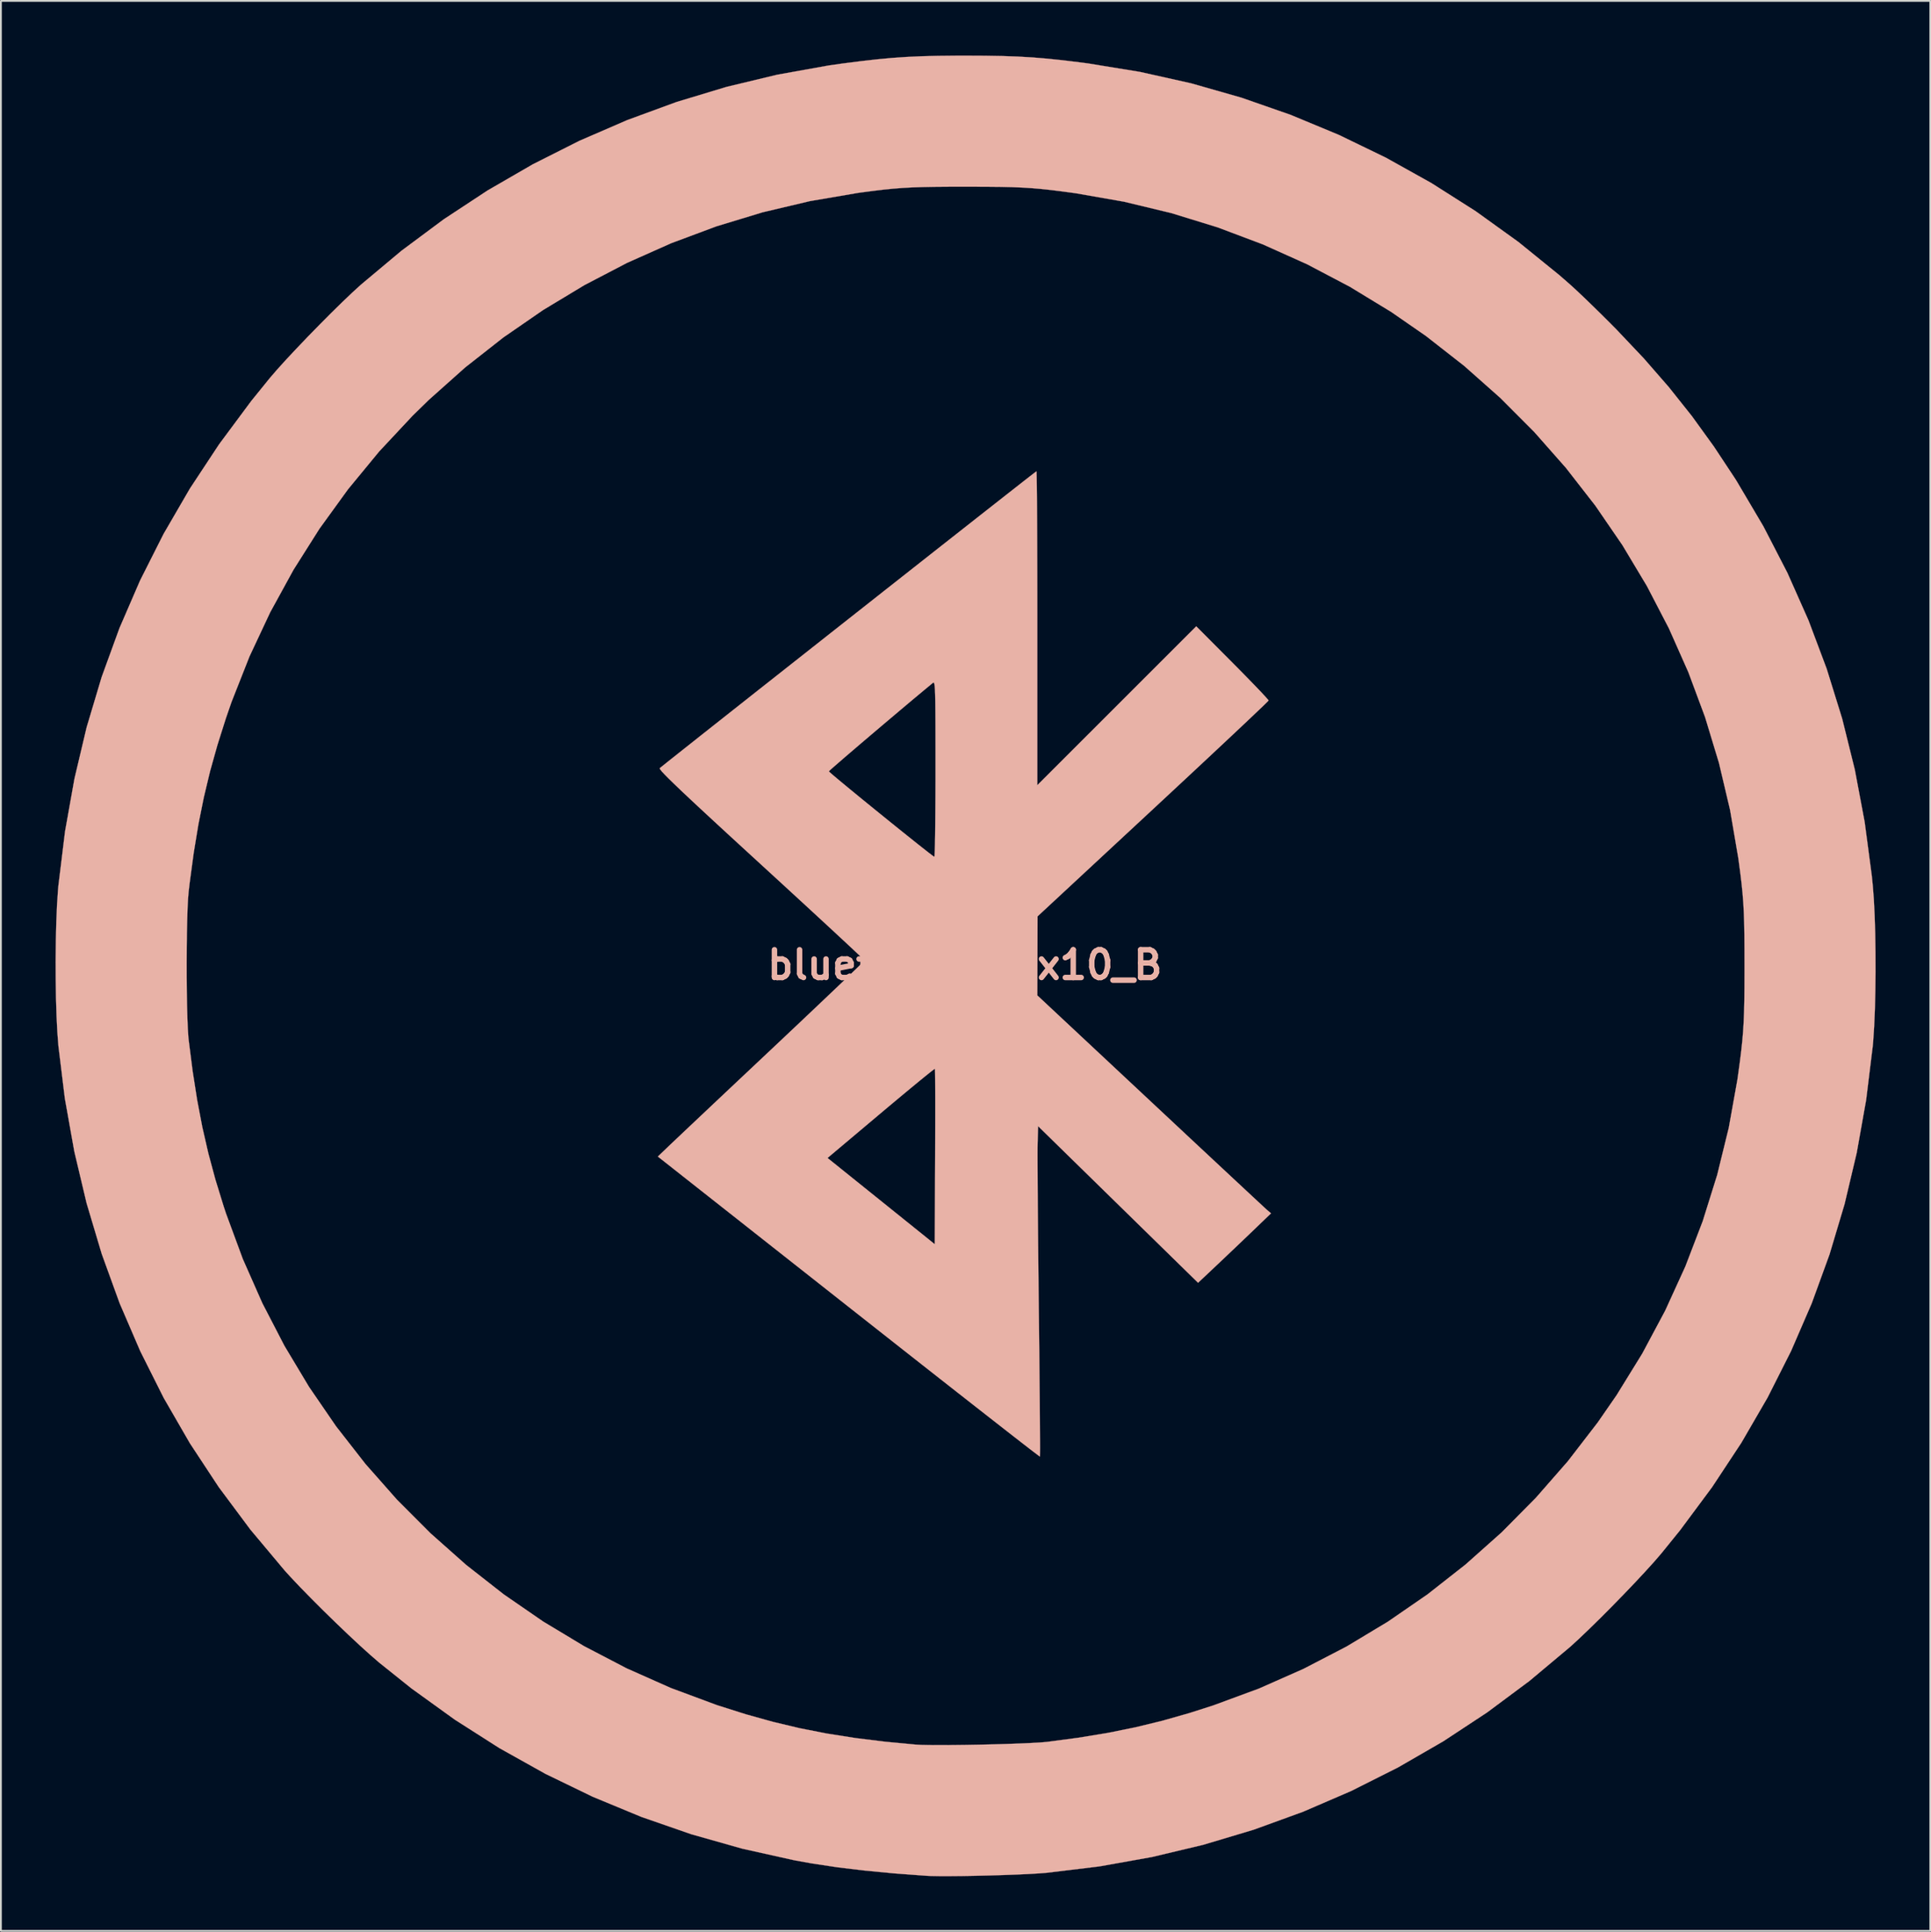
<source format=kicad_pcb>
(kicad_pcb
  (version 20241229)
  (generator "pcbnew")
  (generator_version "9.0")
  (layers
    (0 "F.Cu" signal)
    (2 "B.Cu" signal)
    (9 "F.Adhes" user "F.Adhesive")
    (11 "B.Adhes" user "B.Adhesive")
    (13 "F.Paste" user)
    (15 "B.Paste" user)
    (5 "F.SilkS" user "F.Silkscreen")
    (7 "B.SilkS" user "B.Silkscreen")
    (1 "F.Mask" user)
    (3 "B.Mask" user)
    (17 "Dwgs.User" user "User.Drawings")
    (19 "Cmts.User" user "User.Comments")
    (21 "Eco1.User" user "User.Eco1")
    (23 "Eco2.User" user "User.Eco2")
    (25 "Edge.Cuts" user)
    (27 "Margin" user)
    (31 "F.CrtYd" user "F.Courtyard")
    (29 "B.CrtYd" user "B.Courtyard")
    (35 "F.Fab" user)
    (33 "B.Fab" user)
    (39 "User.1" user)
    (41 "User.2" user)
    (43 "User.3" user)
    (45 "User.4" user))
  (footprint "bluetooth_10x10_B"
    (layer "F.Cu")
    (at 49.91 49.91)
    (property "Reference" "bluetooth_10x10_B" (at 0 0 0) (layer "B.SilkS") (effects (font (size 1.524 1.524) (thickness 0.3))))
    (attr through_hole)
    (fp_poly (pts (xy 3.938 -27.011) (xy 3.944 -26.77) (xy 3.95 -26.382) (xy 3.956 -25.859) (xy 3.961 -25.211) (xy 3.966 -24.45) (xy 3.97 -23.587) (xy 3.973 -22.634) (xy 3.976 -21.601) (xy 3.978 -20.5) (xy 3.979 -19.342) (xy 3.979 -18.479) (xy 3.979 -9.864) (xy 12.703 -18.584) (xy 14.691 -16.588) (xy 15.166 -16.109) (xy 15.599 -15.666) (xy 15.978 -15.275) (xy 16.288 -14.95) (xy 16.515 -14.704) (xy 16.646 -14.554) (xy 16.672 -14.513) (xy 16.61 -14.446) (xy 16.433 -14.272) (xy 16.147 -13.998) (xy 15.762 -13.632) (xy 15.286 -13.182) (xy 14.727 -12.656) (xy 14.093 -12.061) (xy 13.392 -11.405) (xy 12.634 -10.697) (xy 11.825 -9.943) (xy 10.974 -9.151) (xy 10.329 -8.551) (xy 3.992 -2.667) (xy 3.986 -0.498) (xy 3.979 1.671) (xy 10.171 7.46) (xy 11.04 8.273) (xy 11.877 9.055) (xy 12.673 9.8) (xy 13.421 10.498) (xy 14.11 11.141) (xy 14.733 11.722) (xy 15.281 12.232) (xy 15.744 12.664) (xy 16.115 13.009) (xy 16.385 13.26) (xy 16.545 13.407) (xy 16.584 13.442) (xy 16.806 13.634) (xy 15.79 14.61) (xy 15.343 15.038) (xy 14.836 15.522) (xy 14.326 16.006) (xy 13.87 16.438) (xy 13.789 16.515) (xy 12.803 17.443) (xy 4.022 8.848) (xy 3.995 9.821) (xy 3.992 10.047) (xy 3.991 10.429) (xy 3.992 10.953) (xy 3.995 11.605) (xy 3.999 12.373) (xy 4.005 13.243) (xy 4.013 14.2) (xy 4.022 15.232) (xy 4.033 16.325) (xy 4.045 17.465) (xy 4.058 18.639) (xy 4.06 18.871) (xy 4.073 20.026) (xy 4.085 21.132) (xy 4.095 22.177) (xy 4.104 23.15) (xy 4.112 24.04) (xy 4.118 24.835) (xy 4.122 25.522) (xy 4.125 26.091) (xy 4.126 26.53) (xy 4.124 26.826) (xy 4.121 26.969) (xy 4.12 26.981) (xy 4.051 26.933) (xy 3.856 26.786) (xy 3.543 26.546) (xy 3.118 26.217) (xy 2.589 25.806) (xy 1.964 25.318) (xy 1.249 24.759) (xy 0.451 24.135) (xy -0.423 23.45) (xy -1.364 22.712) (xy -2.366 21.925) (xy -3.422 21.095) (xy -4.524 20.227) (xy -5.666 19.328) (xy -6.15 18.947) (xy -7.31 18.033) (xy -8.436 17.145) (xy -9.521 16.291) (xy -10.556 15.475) (xy -11.536 14.703) (xy -12.451 13.981) (xy -13.296 13.316) (xy -14.062 12.712) (xy -14.743 12.176) (xy -15.33 11.713) (xy -15.816 11.33) (xy -16.195 11.031) (xy -16.458 10.824) (xy -16.598 10.713) (xy -16.618 10.698) (xy -16.751 10.594) (xy -7.537 10.594) (xy -4.594 12.96) (xy -1.651 15.327) (xy -1.629 10.529) (xy -1.626 9.644) (xy -1.624 8.81) (xy -1.623 8.044) (xy -1.623 7.359) (xy -1.625 6.772) (xy -1.628 6.297) (xy -1.632 5.95) (xy -1.637 5.746) (xy -1.642 5.696) (xy -1.711 5.742) (xy -1.897 5.886) (xy -2.186 6.118) (xy -2.566 6.428) (xy -3.022 6.804) (xy -3.542 7.236) (xy -4.113 7.713) (xy -4.607 8.128) (xy -7.537 10.594) (xy -16.751 10.594) (xy -16.849 10.516) (xy -16.235 9.928) (xy -16.077 9.778) (xy -15.807 9.522) (xy -15.435 9.17) (xy -14.971 8.732) (xy -14.427 8.219) (xy -13.813 7.639) (xy -13.139 7.004) (xy -12.416 6.323) (xy -11.655 5.607) (xy -10.867 4.865) (xy -10.562 4.578) (xy -9.784 3.844) (xy -9.042 3.144) (xy -8.346 2.485) (xy -7.705 1.877) (xy -7.127 1.328) (xy -6.623 0.847) (xy -6.201 0.442) (xy -5.87 0.123) (xy -5.64 -0.103) (xy -5.52 -0.225) (xy -5.503 -0.246) (xy -5.564 -0.311) (xy -5.742 -0.482) (xy -6.026 -0.751) (xy -6.41 -1.11) (xy -6.883 -1.55) (xy -7.437 -2.064) (xy -8.064 -2.643) (xy -8.754 -3.28) (xy -9.499 -3.965) (xy -10.29 -4.692) (xy -11.118 -5.451) (xy -11.177 -5.505) (xy -12.19 -6.434) (xy -13.083 -7.254) (xy -13.862 -7.973) (xy -14.534 -8.596) (xy -15.104 -9.128) (xy -15.578 -9.574) (xy -15.962 -9.942) (xy -16.263 -10.236) (xy -16.486 -10.462) (xy -16.637 -10.626) (xy -16.637 -10.626) (xy -7.465 -10.626) (xy -7.402 -10.563) (xy -7.222 -10.407) (xy -6.943 -10.172) (xy -6.58 -9.871) (xy -6.15 -9.517) (xy -5.67 -9.123) (xy -5.155 -8.704) (xy -4.623 -8.272) (xy -4.088 -7.839) (xy -3.569 -7.421) (xy -3.08 -7.029) (xy -2.639 -6.677) (xy -2.261 -6.378) (xy -1.964 -6.145) (xy -1.762 -5.993) (xy -1.674 -5.933) (xy -1.672 -5.932) (xy -1.661 -6.013) (xy -1.65 -6.249) (xy -1.639 -6.624) (xy -1.63 -7.123) (xy -1.623 -7.732) (xy -1.617 -8.435) (xy -1.612 -9.217) (xy -1.609 -10.065) (xy -1.609 -10.763) (xy -1.609 -11.791) (xy -1.61 -12.661) (xy -1.612 -13.388) (xy -1.616 -13.982) (xy -1.621 -14.457) (xy -1.629 -14.825) (xy -1.639 -15.099) (xy -1.653 -15.291) (xy -1.67 -15.413) (xy -1.69 -15.479) (xy -1.715 -15.499) (xy -1.744 -15.488) (xy -1.751 -15.483) (xy -2.098 -15.197) (xy -2.516 -14.849) (xy -2.99 -14.453) (xy -3.503 -14.021) (xy -4.041 -13.567) (xy -4.589 -13.104) (xy -5.13 -12.645) (xy -5.651 -12.202) (xy -6.134 -11.789) (xy -6.566 -11.419) (xy -6.93 -11.104) (xy -7.211 -10.859) (xy -7.395 -10.696) (xy -7.465 -10.627) (xy -7.465 -10.626) (xy -16.637 -10.626) (xy -16.722 -10.734) (xy -16.748 -10.79) (xy -16.744 -10.799) (xy -16.652 -10.875) (xy -16.438 -11.046) (xy -16.11 -11.308) (xy -15.676 -11.652) (xy -15.146 -12.072) (xy -14.529 -12.561) (xy -13.832 -13.112) (xy -13.065 -13.718) (xy -12.237 -14.372) (xy -11.356 -15.068) (xy -10.43 -15.798) (xy -9.469 -16.556) (xy -8.482 -17.334) (xy -7.477 -18.127) (xy -6.462 -18.927) (xy -5.447 -19.726) (xy -4.441 -20.52) (xy -3.451 -21.299) (xy -2.487 -22.058) (xy -1.558 -22.79) (xy -0.671 -23.487) (xy 0.163 -24.143) (xy 0.937 -24.752) (xy 1.642 -25.305) (xy 2.268 -25.797) (xy 2.808 -26.22) (xy 3.252 -26.568) (xy 3.592 -26.833) (xy 3.82 -27.009) (xy 3.925 -27.089) (xy 3.931 -27.093) (xy 3.938 -27.011)) (stroke (width 0.01) (type solid)) (fill yes) (layer "B.SilkS"))
    (fp_poly (pts (xy 1.11 -49.9) (xy 2.05 -49.884) (xy 2.904 -49.854) (xy 3.714 -49.807) (xy 4.522 -49.741) (xy 5.368 -49.653) (xy 6.295 -49.54) (xy 6.766 -49.478) (xy 9.613 -49.014) (xy 12.419 -48.387) (xy 15.178 -47.6) (xy 17.884 -46.656) (xy 20.53 -45.557) (xy 23.109 -44.308) (xy 25.616 -42.91) (xy 28.044 -41.366) (xy 30.387 -39.68) (xy 32.638 -37.855) (xy 33.232 -37.336) (xy 33.556 -37.04) (xy 33.969 -36.65) (xy 34.441 -36.194) (xy 34.943 -35.702) (xy 35.446 -35.201) (xy 35.773 -34.871) (xy 37.271 -33.288) (xy 38.639 -31.718) (xy 39.91 -30.121) (xy 41.115 -28.455) (xy 42.287 -26.682) (xy 42.363 -26.561) (xy 43.835 -24.07) (xy 45.15 -21.523) (xy 46.307 -18.919) (xy 47.309 -16.252) (xy 48.157 -13.521) (xy 48.851 -10.722) (xy 49.392 -7.851) (xy 49.783 -4.905) (xy 49.838 -4.36) (xy 49.896 -3.604) (xy 49.94 -2.714) (xy 49.971 -1.728) (xy 49.987 -0.682) (xy 49.99 0.389) (xy 49.978 1.448) (xy 49.953 2.46) (xy 49.913 3.388) (xy 49.86 4.195) (xy 49.838 4.445) (xy 49.473 7.415) (xy 48.957 10.31) (xy 48.288 13.132) (xy 47.465 15.884) (xy 46.488 18.568) (xy 45.355 21.185) (xy 44.066 23.739) (xy 42.621 26.23) (xy 41.017 28.661) (xy 39.255 31.033) (xy 38.229 32.3) (xy 37.832 32.76) (xy 37.335 33.308) (xy 36.765 33.919) (xy 36.146 34.566) (xy 35.505 35.223) (xy 34.866 35.864) (xy 34.255 36.463) (xy 33.698 36.994) (xy 33.232 37.421) (xy 30.992 39.297) (xy 28.665 41.028) (xy 26.255 42.614) (xy 23.765 44.051) (xy 21.201 45.339) (xy 18.565 46.476) (xy 15.861 47.459) (xy 13.093 48.288) (xy 10.266 48.961) (xy 7.383 49.476) (xy 4.487 49.827) (xy 4.048 49.861) (xy 3.485 49.893) (xy 2.829 49.923) (xy 2.109 49.949) (xy 1.356 49.972) (xy 0.6 49.99) (xy -0.13 50.003) (xy -0.803 50.009) (xy -1.389 50.009) (xy -1.859 50.001) (xy -2.117 49.989) (xy -3.889 49.858) (xy -5.513 49.702) (xy -7.007 49.522) (xy -8.39 49.313) (xy -9.348 49.141) (xy -12.217 48.502) (xy -15.02 47.708) (xy -17.756 46.758) (xy -20.423 45.654) (xy -23.02 44.396) (xy -25.546 42.984) (xy -27.999 41.419) (xy -30.379 39.703) (xy -32.131 38.302) (xy -32.628 37.873) (xy -33.211 37.346) (xy -33.854 36.746) (xy -34.529 36.1) (xy -35.21 35.435) (xy -35.869 34.776) (xy -36.48 34.152) (xy -37.014 33.587) (xy -37.336 33.232) (xy -39.217 30.987) (xy -40.951 28.659) (xy -42.537 26.25) (xy -43.973 23.763) (xy -45.259 21.2) (xy -46.394 18.564) (xy -47.376 15.857) (xy -48.205 13.081) (xy -48.88 10.239) (xy -49.399 7.333) (xy -49.753 4.445) (xy -49.811 3.688) (xy -49.856 2.799) (xy -49.886 1.813) (xy -49.902 0.766) (xy -49.905 -0.138) (xy -42.714 -0.138) (xy -42.713 0.689) (xy -42.706 1.495) (xy -42.693 2.252) (xy -42.674 2.933) (xy -42.65 3.511) (xy -42.621 3.959) (xy -42.606 4.106) (xy -42.387 5.823) (xy -42.139 7.411) (xy -41.853 8.909) (xy -41.521 10.355) (xy -41.134 11.789) (xy -40.684 13.249) (xy -40.558 13.631) (xy -39.634 16.134) (xy -38.562 18.56) (xy -37.348 20.904) (xy -35.996 23.16) (xy -34.513 25.322) (xy -32.903 27.385) (xy -31.173 29.345) (xy -29.327 31.194) (xy -27.372 32.929) (xy -25.312 34.543) (xy -23.153 36.031) (xy -20.901 37.387) (xy -18.56 38.607) (xy -16.137 39.684) (xy -13.637 40.613) (xy -13.547 40.643) (xy -12.02 41.127) (xy -10.538 41.54) (xy -9.066 41.891) (xy -7.566 42.185) (xy -6.003 42.431) (xy -4.343 42.635) (xy -2.709 42.79) (xy -2.39 42.807) (xy -1.928 42.816) (xy -1.353 42.819) (xy -0.69 42.816) (xy 0.032 42.808) (xy 0.787 42.795) (xy 1.547 42.778) (xy 2.283 42.757) (xy 2.97 42.733) (xy 3.58 42.706) (xy 4.085 42.678) (xy 4.458 42.648) (xy 4.531 42.64) (xy 6.247 42.412) (xy 7.84 42.15) (xy 9.354 41.844) (xy 10.832 41.485) (xy 12.32 41.062) (xy 13.631 40.643) (xy 16.147 39.715) (xy 18.587 38.636) (xy 20.947 37.412) (xy 23.22 36.046) (xy 25.401 34.543) (xy 27.485 32.907) (xy 29.467 31.142) (xy 31.339 29.252) (xy 33.098 27.242) (xy 34.737 25.116) (xy 35.771 23.622) (xy 37.181 21.337) (xy 38.442 18.978) (xy 39.55 16.551) (xy 40.504 14.063) (xy 41.299 11.523) (xy 41.934 8.938) (xy 42.405 6.315) (xy 42.454 5.969) (xy 42.544 5.306) (xy 42.617 4.723) (xy 42.675 4.189) (xy 42.719 3.676) (xy 42.751 3.153) (xy 42.773 2.59) (xy 42.788 1.957) (xy 42.795 1.225) (xy 42.798 0.364) (xy 42.798 0.042) (xy 42.796 -0.869) (xy 42.791 -1.641) (xy 42.779 -2.304) (xy 42.76 -2.886) (xy 42.731 -3.42) (xy 42.691 -3.933) (xy 42.638 -4.456) (xy 42.57 -5.019) (xy 42.486 -5.652) (xy 42.454 -5.884) (xy 42.006 -8.504) (xy 41.398 -11.079) (xy 40.633 -13.602) (xy 39.716 -16.066) (xy 38.651 -18.466) (xy 37.442 -20.794) (xy 36.094 -23.043) (xy 34.61 -25.207) (xy 32.996 -27.28) (xy 31.255 -29.254) (xy 29.391 -31.123) (xy 27.409 -32.88) (xy 25.313 -34.519) (xy 23.409 -35.837) (xy 21.14 -37.219) (xy 18.787 -38.457) (xy 16.36 -39.547) (xy 13.871 -40.484) (xy 11.33 -41.266) (xy 8.747 -41.888) (xy 6.134 -42.346) (xy 5.969 -42.37) (xy 5.306 -42.459) (xy 4.723 -42.532) (xy 4.189 -42.59) (xy 3.676 -42.634) (xy 3.153 -42.666) (xy 2.59 -42.689) (xy 1.957 -42.703) (xy 1.225 -42.71) (xy 0.364 -42.713) (xy 0.042 -42.713) (xy -0.869 -42.712) (xy -1.641 -42.706) (xy -2.304 -42.694) (xy -2.886 -42.675) (xy -3.42 -42.646) (xy -3.933 -42.606) (xy -4.456 -42.553) (xy -5.019 -42.485) (xy -5.652 -42.402) (xy -5.884 -42.37) (xy -8.509 -41.921) (xy -11.094 -41.31) (xy -13.63 -40.54) (xy -16.11 -39.615) (xy -18.528 -38.539) (xy -20.876 -37.315) (xy -23.147 -35.946) (xy -25.333 -34.438) (xy -27.427 -32.793) (xy -29.422 -31.014) (xy -30.311 -30.146) (xy -32.15 -28.179) (xy -33.855 -26.109) (xy -35.423 -23.944) (xy -36.849 -21.689) (xy -38.132 -19.349) (xy -39.266 -16.931) (xy -40.249 -14.44) (xy -40.558 -13.547) (xy -41.025 -12.073) (xy -41.428 -10.636) (xy -41.773 -9.197) (xy -42.07 -7.716) (xy -42.327 -6.155) (xy -42.553 -4.475) (xy -42.606 -4.022) (xy -42.638 -3.639) (xy -42.665 -3.114) (xy -42.685 -2.474) (xy -42.701 -1.746) (xy -42.71 -0.959) (xy -42.714 -0.138) (xy -49.905 -0.138) (xy -49.905 -0.305) (xy -49.893 -1.364) (xy -49.868 -2.375) (xy -49.829 -3.303) (xy -49.775 -4.111) (xy -49.753 -4.36) (xy -49.389 -7.33) (xy -48.872 -10.225) (xy -48.203 -13.047) (xy -47.38 -15.8) (xy -46.403 -18.483) (xy -45.27 -21.101) (xy -43.982 -23.654) (xy -42.536 -26.145) (xy -40.932 -28.576) (xy -39.17 -30.949) (xy -38.144 -32.216) (xy -37.747 -32.676) (xy -37.251 -33.224) (xy -36.68 -33.834) (xy -36.062 -34.481) (xy -35.42 -35.138) (xy -34.782 -35.78) (xy -34.171 -36.379) (xy -33.614 -36.91) (xy -33.147 -37.336) (xy -30.921 -39.199) (xy -28.603 -40.923) (xy -26.197 -42.506) (xy -23.711 -43.944) (xy -21.151 -45.234) (xy -18.522 -46.373) (xy -15.832 -47.359) (xy -13.087 -48.189) (xy -10.293 -48.86) (xy -7.456 -49.369) (xy -6.681 -49.478) (xy -5.702 -49.603) (xy -4.823 -49.703) (xy -4.003 -49.779) (xy -3.199 -49.834) (xy -2.371 -49.872) (xy -1.476 -49.894) (xy -0.473 -49.904) (xy 0.042 -49.905) (xy 1.11 -49.9)) (stroke (width 0.01) (type solid)) (fill yes) (layer "B.SilkS")))
  (gr_rect
    (start -3 -3)
    (end 102.905 102.924)
    (stroke (width 0.1) (type default))
    (fill no)
    (layer "Edge.Cuts")))
</source>
